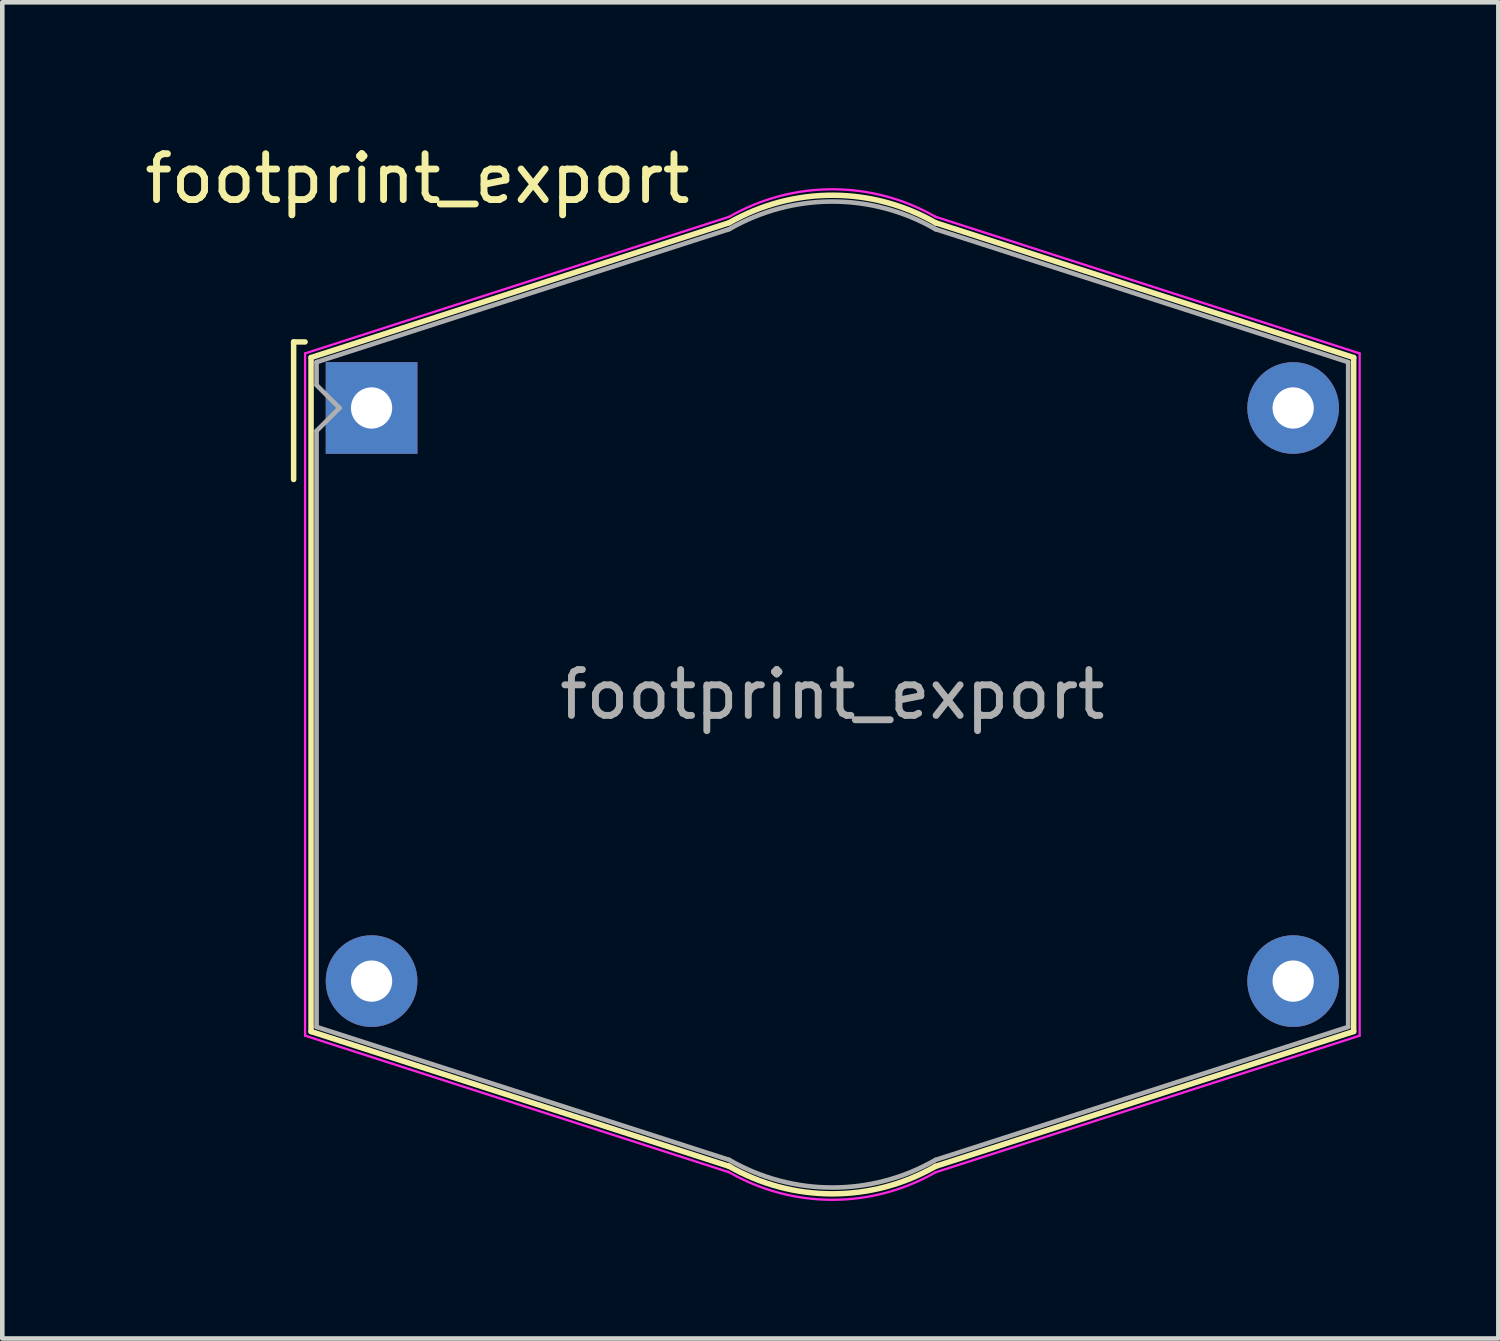
<source format=kicad_pcb>
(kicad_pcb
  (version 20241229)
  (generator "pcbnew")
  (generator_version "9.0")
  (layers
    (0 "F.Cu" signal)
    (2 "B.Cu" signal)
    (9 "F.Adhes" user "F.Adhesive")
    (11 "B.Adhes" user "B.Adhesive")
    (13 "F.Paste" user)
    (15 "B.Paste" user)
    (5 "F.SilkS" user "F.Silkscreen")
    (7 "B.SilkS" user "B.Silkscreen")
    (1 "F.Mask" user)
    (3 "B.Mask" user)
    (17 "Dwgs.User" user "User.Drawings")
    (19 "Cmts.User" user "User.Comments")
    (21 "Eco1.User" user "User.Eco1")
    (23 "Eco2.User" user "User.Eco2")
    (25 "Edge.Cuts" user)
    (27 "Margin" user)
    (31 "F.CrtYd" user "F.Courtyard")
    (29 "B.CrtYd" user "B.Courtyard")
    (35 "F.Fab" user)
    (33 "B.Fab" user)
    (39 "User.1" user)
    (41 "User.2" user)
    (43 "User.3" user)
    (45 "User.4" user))
  (footprint "footprint_export"
    (layer "F.Cu")
    (at 5.054 5.848)
    (property "Reference" "footprint_export" (at 1 -5 0) (layer "F.SilkS") (effects (font (size 1 1) (thickness 0.15))))
    (attr through_hole)
    (fp_line (start -1.7 -1.44) (end -1.7 1.56) (stroke (width 0.12) (type solid)) (layer "F.SilkS"))
    (fp_line (start -1.7 -1.44) (end -1.45 -1.44) (stroke (width 0.12) (type solid)) (layer "F.SilkS"))
    (fp_line (start -1.32 -1.1) (end 7.8 -4.04) (stroke (width 0.12) (type solid)) (layer "F.SilkS"))
    (fp_line (start -1.32 13.6) (end -1.32 -1.1) (stroke (width 0.12) (type solid)) (layer "F.SilkS"))
    (fp_line (start 7.8 16.54) (end -1.32 13.6) (stroke (width 0.12) (type solid)) (layer "F.SilkS"))
    (fp_line (start 12.3 -4.04) (end 21.42 -1.1) (stroke (width 0.12) (type solid)) (layer "F.SilkS"))
    (fp_line (start 21.42 -1.1) (end 21.42 13.6) (stroke (width 0.12) (type solid)) (layer "F.SilkS"))
    (fp_line (start 21.42 13.6) (end 12.3 16.54) (stroke (width 0.12) (type solid)) (layer "F.SilkS"))
    (fp_arc (start 7.8 -4.04) (mid 10.061443 -4.63982) (end 12.31982 -4.028557) (stroke (width 0.12) (type solid)) (layer "F.SilkS"))
    (fp_arc (start 12.3 16.54) (mid 10.038557 17.13982) (end 7.78018 16.528557) (stroke (width 0.12) (type solid)) (layer "F.SilkS"))
    (fp_line (start -1.45 -1.19) (end 7.8 -4.17) (stroke (width 0.05) (type solid)) (layer "F.CrtYd"))
    (fp_line (start -1.45 13.69) (end -1.45 -1.19) (stroke (width 0.05) (type solid)) (layer "F.CrtYd"))
    (fp_line (start 7.8 16.67) (end -1.45 13.69) (stroke (width 0.05) (type solid)) (layer "F.CrtYd"))
    (fp_line (start 12.3 -4.17) (end 21.55 -1.19) (stroke (width 0.05) (type solid)) (layer "F.CrtYd"))
    (fp_line (start 21.55 -1.19) (end 21.55 13.69) (stroke (width 0.05) (type solid)) (layer "F.CrtYd"))
    (fp_line (start 21.55 13.69) (end 12.3 16.67) (stroke (width 0.05) (type solid)) (layer "F.CrtYd"))
    (fp_arc (start 7.8 -4.17) (mid 10.061443 -4.76982) (end 12.31982 -4.158557) (stroke (width 0.05) (type solid)) (layer "F.CrtYd"))
    (fp_arc (start 12.3 16.67) (mid 10.038557 17.26982) (end 7.78018 16.658557) (stroke (width 0.05) (type solid)) (layer "F.CrtYd"))
    (fp_line (start -1.2 -1) (end 7.8 -3.9) (stroke (width 0.1) (type solid)) (layer "F.Fab"))
    (fp_line (start -1.2 -0.5) (end -1.2 -1) (stroke (width 0.1) (type solid)) (layer "F.Fab"))
    (fp_line (start -1.2 0.5) (end -0.7 0) (stroke (width 0.1) (type solid)) (layer "F.Fab"))
    (fp_line (start -1.2 13.5) (end -1.2 0.5) (stroke (width 0.1) (type solid)) (layer "F.Fab"))
    (fp_line (start -0.7 0) (end -1.2 -0.5) (stroke (width 0.1) (type solid)) (layer "F.Fab"))
    (fp_line (start 7.8 16.4) (end -1.2 13.5) (stroke (width 0.1) (type solid)) (layer "F.Fab"))
    (fp_line (start 12.3 -3.9) (end 21.3 -1) (stroke (width 0.1) (type solid)) (layer "F.Fab"))
    (fp_line (start 21.3 -1) (end 21.3 13.5) (stroke (width 0.1) (type solid)) (layer "F.Fab"))
    (fp_line (start 21.3 13.5) (end 12.3 16.4) (stroke (width 0.1) (type solid)) (layer "F.Fab"))
    (fp_arc (start 7.8 -3.9) (mid 10.051443 -4.502499) (end 12.302499 -3.898557) (stroke (width 0.1) (type solid)) (layer "F.Fab"))
    (fp_arc (start 12.3 16.4) (mid 10.048557 17.002499) (end 7.797501 16.398557) (stroke (width 0.1) (type solid)) (layer "F.Fab"))
    (fp_text user "${REFERENCE}" (at 10.05 6.25 0) (layer "F.Fab") (effects (font (size 1 1) (thickness 0.15))))
    (pad "1" thru_hole rect (at 0 0) (size 2 2) (drill 0.9) (layers "*.Cu" "*.Mask"))
    (pad "2" thru_hole circle (at 20.1 0) (size 2 2) (drill 0.9) (layers "*.Cu" "*.Mask"))
    (pad "3" thru_hole circle (at 0 12.5) (size 2 2) (drill 0.9) (layers "*.Cu" "*.Mask"))
    (pad "4" thru_hole circle (at 20.1 12.5) (size 2 2) (drill 0.9) (layers "*.Cu" "*.Mask")))
  (gr_rect
    (start -3 -3)
    (end 29.629 26.143)
    (stroke (width 0.1) (type default))
    (fill no)
    (layer "Edge.Cuts")))
</source>
